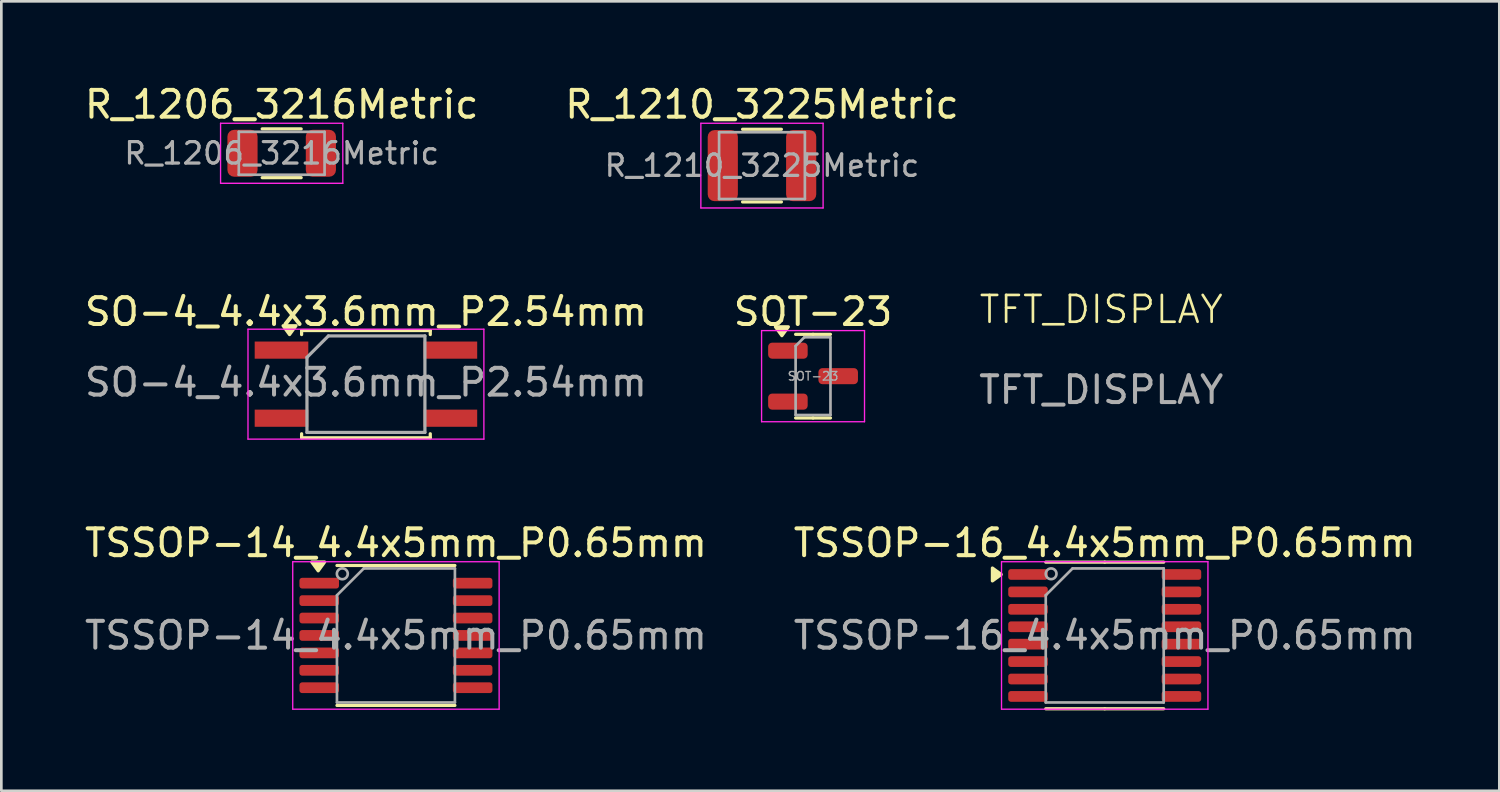
<source format=kicad_pcb>
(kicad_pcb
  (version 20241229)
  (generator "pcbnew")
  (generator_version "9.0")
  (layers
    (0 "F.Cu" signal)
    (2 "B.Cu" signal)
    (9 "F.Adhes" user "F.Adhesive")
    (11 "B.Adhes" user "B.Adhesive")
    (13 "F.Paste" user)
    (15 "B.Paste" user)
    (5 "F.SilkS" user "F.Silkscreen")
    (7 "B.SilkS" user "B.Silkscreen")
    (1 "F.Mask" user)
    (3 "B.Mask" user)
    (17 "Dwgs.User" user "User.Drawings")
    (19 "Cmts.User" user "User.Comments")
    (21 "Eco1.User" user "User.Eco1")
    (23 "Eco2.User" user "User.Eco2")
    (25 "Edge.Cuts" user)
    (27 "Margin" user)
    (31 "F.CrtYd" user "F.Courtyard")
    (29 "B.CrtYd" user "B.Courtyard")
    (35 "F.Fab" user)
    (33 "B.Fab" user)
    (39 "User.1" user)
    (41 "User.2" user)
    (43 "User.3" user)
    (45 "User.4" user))
  (footprint "SOT-23"
    (layer "F.Cu")
    (at 27.28 10.982)
    (property "Reference" "SOT-23" (at 0 -2.4 0) (layer "F.SilkS") (effects (font (size 1 1) (thickness 0.15))))
    (attr smd)
    (fp_line (start 0 -1.56) (end -0.65 -1.56) (stroke (width 0.12) (type solid)) (layer "F.SilkS"))
    (fp_line (start 0 -1.56) (end 0.65 -1.56) (stroke (width 0.12) (type solid)) (layer "F.SilkS"))
    (fp_line (start 0 1.56) (end -0.65 1.56) (stroke (width 0.12) (type solid)) (layer "F.SilkS"))
    (fp_line (start 0 1.56) (end 0.65 1.56) (stroke (width 0.12) (type solid)) (layer "F.SilkS"))
    (fp_poly (pts (xy -1.163 -1.51) (xy -1.403 -1.84) (xy -0.922 -1.84) (xy -1.163 -1.51)) (stroke (width 0.12) (type solid)) (fill yes) (layer "F.SilkS"))
    (fp_line (start -1.92 -1.7) (end -1.92 1.7) (stroke (width 0.05) (type solid)) (layer "F.CrtYd"))
    (fp_line (start -1.92 1.7) (end 1.92 1.7) (stroke (width 0.05) (type solid)) (layer "F.CrtYd"))
    (fp_line (start 1.92 -1.7) (end -1.92 -1.7) (stroke (width 0.05) (type solid)) (layer "F.CrtYd"))
    (fp_line (start 1.92 1.7) (end 1.92 -1.7) (stroke (width 0.05) (type solid)) (layer "F.CrtYd"))
    (fp_line (start -0.65 -1.125) (end -0.325 -1.45) (stroke (width 0.1) (type solid)) (layer "F.Fab"))
    (fp_line (start -0.65 1.45) (end -0.65 -1.125) (stroke (width 0.1) (type solid)) (layer "F.Fab"))
    (fp_line (start -0.325 -1.45) (end 0.65 -1.45) (stroke (width 0.1) (type solid)) (layer "F.Fab"))
    (fp_line (start 0.65 -1.45) (end 0.65 1.45) (stroke (width 0.1) (type solid)) (layer "F.Fab"))
    (fp_line (start 0.65 1.45) (end -0.65 1.45) (stroke (width 0.1) (type solid)) (layer "F.Fab"))
    (fp_text user "${REFERENCE}" (at 0 0 0) (layer "F.Fab") (effects (font (size 0.32 0.32) (thickness 0.05))))
    (pad "1" smd roundrect (at -0.938 -0.95) (size 1.475 0.6) (layers "F.Cu" "F.Mask" "F.Paste") (roundrect_rratio 0.25))
    (pad "2" smd roundrect (at -0.938 0.95) (size 1.475 0.6) (layers "F.Cu" "F.Mask" "F.Paste") (roundrect_rratio 0.25))
    (pad "3" smd roundrect (at 0.938 0) (size 1.475 0.6) (layers "F.Cu" "F.Mask" "F.Paste") (roundrect_rratio 0.25)))
  (footprint "TFT_DISPLAY"
    (layer "F.Cu")
    (at 38.03 8.994)
    (property "Reference" "TFT_DISPLAY" (at 0 -0.5 0) (unlocked yes) (layer "F.SilkS") (effects (font (size 1 1) (thickness 0.1))))
    (attr smd)
    (fp_text user "${REFERENCE}" (at 0 2.5 0) (unlocked yes) (layer "F.Fab") (effects (font (size 1 1) (thickness 0.15)))))
  (footprint "TSSOP-16_4.4x5mm_P0.65mm"
    (layer "F.Cu")
    (at 38.161 20.655)
    (property "Reference" "TSSOP-16_4.4x5mm_P0.65mm" (at 0 -3.45 0) (layer "F.SilkS") (effects (font (size 1 1) (thickness 0.15))))
    (attr smd)
    (fp_line (start 0 -2.735) (end -2.2 -2.735) (stroke (width 0.12) (type solid)) (layer "F.SilkS"))
    (fp_line (start 0 -2.735) (end 2.2 -2.735) (stroke (width 0.12) (type solid)) (layer "F.SilkS"))
    (fp_line (start 0 2.735) (end -2.2 2.735) (stroke (width 0.12) (type solid)) (layer "F.SilkS"))
    (fp_line (start 0 2.735) (end 2.2 2.735) (stroke (width 0.12) (type solid)) (layer "F.SilkS"))
    (fp_poly (pts (xy -3.86 -2.275) (xy -4.19 -2.515) (xy -4.19 -2.035) (xy -3.86 -2.275)) (stroke (width 0.12) (type solid)) (fill yes) (layer "F.SilkS"))
    (fp_line (start -3.85 -2.75) (end -3.85 2.75) (stroke (width 0.05) (type solid)) (layer "F.CrtYd"))
    (fp_line (start -3.85 2.75) (end 3.85 2.75) (stroke (width 0.05) (type solid)) (layer "F.CrtYd"))
    (fp_line (start 3.85 -2.75) (end -3.85 -2.75) (stroke (width 0.05) (type solid)) (layer "F.CrtYd"))
    (fp_line (start 3.85 2.75) (end 3.85 -2.75) (stroke (width 0.05) (type solid)) (layer "F.CrtYd"))
    (fp_line (start -2.2 -1.5) (end -1.2 -2.5) (stroke (width 0.1) (type solid)) (layer "F.Fab"))
    (fp_line (start -2.2 2.5) (end -2.2 -1.5) (stroke (width 0.1) (type solid)) (layer "F.Fab"))
    (fp_line (start -1.2 -2.5) (end 2.2 -2.5) (stroke (width 0.1) (type solid)) (layer "F.Fab"))
    (fp_line (start 2.2 -2.5) (end 2.2 2.5) (stroke (width 0.1) (type solid)) (layer "F.Fab"))
    (fp_line (start 2.2 2.5) (end -2.2 2.5) (stroke (width 0.1) (type solid)) (layer "F.Fab"))
    (fp_circle (center -2 -2.3) (end -1.8 -2.3) (stroke (width 0.1) (type solid)) (fill no) (layer "F.Fab"))
    (fp_text user "${REFERENCE}" (at 0 0 0) (layer "F.Fab") (effects (font (size 1 1) (thickness 0.15))))
    (pad "1" smd roundrect (at -2.862 -2.275) (size 1.475 0.4) (layers "F.Cu" "F.Mask" "F.Paste") (roundrect_rratio 0.25))
    (pad "2" smd roundrect (at -2.862 -1.625) (size 1.475 0.4) (layers "F.Cu" "F.Mask" "F.Paste") (roundrect_rratio 0.25))
    (pad "3" smd roundrect (at -2.862 -0.975) (size 1.475 0.4) (layers "F.Cu" "F.Mask" "F.Paste") (roundrect_rratio 0.25))
    (pad "4" smd roundrect (at -2.862 -0.325) (size 1.475 0.4) (layers "F.Cu" "F.Mask" "F.Paste") (roundrect_rratio 0.25))
    (pad "5" smd roundrect (at -2.862 0.325) (size 1.475 0.4) (layers "F.Cu" "F.Mask" "F.Paste") (roundrect_rratio 0.25))
    (pad "6" smd roundrect (at -2.862 0.975) (size 1.475 0.4) (layers "F.Cu" "F.Mask" "F.Paste") (roundrect_rratio 0.25))
    (pad "7" smd roundrect (at -2.862 1.625) (size 1.475 0.4) (layers "F.Cu" "F.Mask" "F.Paste") (roundrect_rratio 0.25))
    (pad "8" smd roundrect (at -2.862 2.275) (size 1.475 0.4) (layers "F.Cu" "F.Mask" "F.Paste") (roundrect_rratio 0.25))
    (pad "9" smd roundrect (at 2.862 2.275) (size 1.475 0.4) (layers "F.Cu" "F.Mask" "F.Paste") (roundrect_rratio 0.25))
    (pad "10" smd roundrect (at 2.862 1.625) (size 1.475 0.4) (layers "F.Cu" "F.Mask" "F.Paste") (roundrect_rratio 0.25))
    (pad "11" smd roundrect (at 2.862 0.975) (size 1.475 0.4) (layers "F.Cu" "F.Mask" "F.Paste") (roundrect_rratio 0.25))
    (pad "12" smd roundrect (at 2.862 0.325) (size 1.475 0.4) (layers "F.Cu" "F.Mask" "F.Paste") (roundrect_rratio 0.25))
    (pad "13" smd roundrect (at 2.862 -0.325) (size 1.475 0.4) (layers "F.Cu" "F.Mask" "F.Paste") (roundrect_rratio 0.25))
    (pad "14" smd roundrect (at 2.862 -0.975) (size 1.475 0.4) (layers "F.Cu" "F.Mask" "F.Paste") (roundrect_rratio 0.25))
    (pad "15" smd roundrect (at 2.862 -1.625) (size 1.475 0.4) (layers "F.Cu" "F.Mask" "F.Paste") (roundrect_rratio 0.25))
    (pad "16" smd roundrect (at 2.862 -2.275) (size 1.475 0.4) (layers "F.Cu" "F.Mask" "F.Paste") (roundrect_rratio 0.25)))
  (footprint "SO-4_4.4x3.6mm_P2.54mm"
    (layer "F.Cu")
    (at 10.601 11.281)
    (property "Reference" "SO-4_4.4x3.6mm_P2.54mm" (at 0 -2.7 0) (layer "F.SilkS") (effects (font (size 1 1) (thickness 0.15))))
    (attr smd)
    (fp_line (start -2.4 -2) (end 2.4 -2) (stroke (width 0.12) (type solid)) (layer "F.SilkS"))
    (fp_line (start -2.4 -1.85) (end -2.4 -2) (stroke (width 0.12) (type solid)) (layer "F.SilkS"))
    (fp_line (start -2.4 2) (end -2.4 1.85) (stroke (width 0.12) (type solid)) (layer "F.SilkS"))
    (fp_line (start 2.4 -2) (end 2.4 -1.85) (stroke (width 0.12) (type solid)) (layer "F.SilkS"))
    (fp_line (start 2.4 1.85) (end 2.4 2) (stroke (width 0.12) (type solid)) (layer "F.SilkS"))
    (fp_line (start 2.4 2) (end -2.4 2) (stroke (width 0.12) (type solid)) (layer "F.SilkS"))
    (fp_poly (pts (xy -2.85 -1.85) (xy -3.09 -2.18) (xy -2.61 -2.18) (xy -2.85 -1.85)) (stroke (width 0.12) (type solid)) (fill yes) (layer "F.SilkS"))
    (fp_line (start -4.4 -2.05) (end -4.4 2.05) (stroke (width 0.05) (type solid)) (layer "F.CrtYd"))
    (fp_line (start -4.4 -2.05) (end 4.4 -2.05) (stroke (width 0.05) (type solid)) (layer "F.CrtYd"))
    (fp_line (start 4.4 2.05) (end -4.4 2.05) (stroke (width 0.05) (type solid)) (layer "F.CrtYd"))
    (fp_line (start 4.4 2.05) (end 4.4 -2.05) (stroke (width 0.05) (type solid)) (layer "F.CrtYd"))
    (fp_line (start -2.2 -1) (end -1.4 -1.8) (stroke (width 0.12) (type solid)) (layer "F.Fab"))
    (fp_line (start -2.2 1.8) (end -2.2 -1) (stroke (width 0.12) (type solid)) (layer "F.Fab"))
    (fp_line (start -1.4 -1.8) (end 2.2 -1.8) (stroke (width 0.12) (type solid)) (layer "F.Fab"))
    (fp_line (start 2.2 -1.8) (end 2.2 1.8) (stroke (width 0.12) (type solid)) (layer "F.Fab"))
    (fp_line (start 2.2 1.8) (end -2.2 1.8) (stroke (width 0.12) (type solid)) (layer "F.Fab"))
    (fp_text user "${REFERENCE}" (at 0 -0.065 0) (layer "F.Fab") (effects (font (size 1 1) (thickness 0.15))))
    (pad "1" smd rect (at -3.15 -1.27) (size 2 0.64) (layers "F.Cu" "F.Mask" "F.Paste"))
    (pad "2" smd rect (at -3.15 1.27) (size 2 0.64) (layers "F.Cu" "F.Mask" "F.Paste"))
    (pad "3" smd rect (at 3.15 1.27) (size 2 0.64) (layers "F.Cu" "F.Mask" "F.Paste"))
    (pad "4" smd rect (at 3.15 -1.27) (size 2 0.64) (layers "F.Cu" "F.Mask" "F.Paste")))
  (footprint "R_1210_3225Metric"
    (layer "F.Cu")
    (at 25.375 3.128)
    (property "Reference" "R_1210_3225Metric" (at 0 -2.28 0) (layer "F.SilkS") (effects (font (size 1 1) (thickness 0.15))))
    (attr smd)
    (fp_line (start -0.724 -1.355) (end 0.724 -1.355) (stroke (width 0.12) (type solid)) (layer "F.SilkS"))
    (fp_line (start -0.724 1.355) (end 0.724 1.355) (stroke (width 0.12) (type solid)) (layer "F.SilkS"))
    (fp_line (start -2.28 -1.58) (end 2.28 -1.58) (stroke (width 0.05) (type solid)) (layer "F.CrtYd"))
    (fp_line (start -2.28 1.58) (end -2.28 -1.58) (stroke (width 0.05) (type solid)) (layer "F.CrtYd"))
    (fp_line (start 2.28 -1.58) (end 2.28 1.58) (stroke (width 0.05) (type solid)) (layer "F.CrtYd"))
    (fp_line (start 2.28 1.58) (end -2.28 1.58) (stroke (width 0.05) (type solid)) (layer "F.CrtYd"))
    (fp_line (start -1.6 -1.245) (end 1.6 -1.245) (stroke (width 0.1) (type solid)) (layer "F.Fab"))
    (fp_line (start -1.6 1.245) (end -1.6 -1.245) (stroke (width 0.1) (type solid)) (layer "F.Fab"))
    (fp_line (start 1.6 -1.245) (end 1.6 1.245) (stroke (width 0.1) (type solid)) (layer "F.Fab"))
    (fp_line (start 1.6 1.245) (end -1.6 1.245) (stroke (width 0.1) (type solid)) (layer "F.Fab"))
    (fp_text user "${REFERENCE}" (at 0 0 0) (layer "F.Fab") (effects (font (size 0.8 0.8) (thickness 0.12))))
    (pad "1" smd roundrect (at -1.462 0) (size 1.125 2.65) (layers "F.Cu" "F.Mask" "F.Paste") (roundrect_rratio 0.222))
    (pad "2" smd roundrect (at 1.462 0) (size 1.125 2.65) (layers "F.Cu" "F.Mask" "F.Paste") (roundrect_rratio 0.222)))
  (footprint "R_1206_3216Metric"
    (layer "F.Cu")
    (at 7.458 2.668)
    (property "Reference" "R_1206_3216Metric" (at 0 -1.82 0) (layer "F.SilkS") (effects (font (size 1 1) (thickness 0.15))))
    (attr smd)
    (fp_line (start -0.727 -0.91) (end 0.727 -0.91) (stroke (width 0.12) (type solid)) (layer "F.SilkS"))
    (fp_line (start -0.727 0.91) (end 0.727 0.91) (stroke (width 0.12) (type solid)) (layer "F.SilkS"))
    (fp_line (start -2.28 -1.12) (end 2.28 -1.12) (stroke (width 0.05) (type solid)) (layer "F.CrtYd"))
    (fp_line (start -2.28 1.12) (end -2.28 -1.12) (stroke (width 0.05) (type solid)) (layer "F.CrtYd"))
    (fp_line (start 2.28 -1.12) (end 2.28 1.12) (stroke (width 0.05) (type solid)) (layer "F.CrtYd"))
    (fp_line (start 2.28 1.12) (end -2.28 1.12) (stroke (width 0.05) (type solid)) (layer "F.CrtYd"))
    (fp_line (start -1.6 -0.8) (end 1.6 -0.8) (stroke (width 0.1) (type solid)) (layer "F.Fab"))
    (fp_line (start -1.6 0.8) (end -1.6 -0.8) (stroke (width 0.1) (type solid)) (layer "F.Fab"))
    (fp_line (start 1.6 -0.8) (end 1.6 0.8) (stroke (width 0.1) (type solid)) (layer "F.Fab"))
    (fp_line (start 1.6 0.8) (end -1.6 0.8) (stroke (width 0.1) (type solid)) (layer "F.Fab"))
    (fp_text user "${REFERENCE}" (at 0 0 0) (layer "F.Fab") (effects (font (size 0.8 0.8) (thickness 0.12))))
    (pad "1" smd roundrect (at -1.462 0) (size 1.125 1.75) (layers "F.Cu" "F.Mask" "F.Paste") (roundrect_rratio 0.222))
    (pad "2" smd roundrect (at 1.462 0) (size 1.125 1.75) (layers "F.Cu" "F.Mask" "F.Paste") (roundrect_rratio 0.222)))
  (footprint "TSSOP-14_4.4x5mm_P0.65mm"
    (layer "F.Cu")
    (at 11.72 20.655)
    (property "Reference" "TSSOP-14_4.4x5mm_P0.65mm" (at 0 -3.45 0) (layer "F.SilkS") (effects (font (size 1 1) (thickness 0.15))))
    (attr smd)
    (fp_line (start 0 -2.61) (end -2.2 -2.61) (stroke (width 0.12) (type solid)) (layer "F.SilkS"))
    (fp_line (start 0 -2.61) (end 2.2 -2.61) (stroke (width 0.12) (type solid)) (layer "F.SilkS"))
    (fp_line (start 0 2.61) (end -2.2 2.61) (stroke (width 0.12) (type solid)) (layer "F.SilkS"))
    (fp_line (start 0 2.61) (end 2.2 2.61) (stroke (width 0.12) (type solid)) (layer "F.SilkS"))
    (fp_poly (pts (xy -2.9 -2.41) (xy -3.14 -2.74) (xy -2.66 -2.74) (xy -2.9 -2.41)) (stroke (width 0.12) (type solid)) (fill yes) (layer "F.SilkS"))
    (fp_line (start -3.85 -2.75) (end -3.85 2.75) (stroke (width 0.05) (type solid)) (layer "F.CrtYd"))
    (fp_line (start -3.85 2.75) (end 3.85 2.75) (stroke (width 0.05) (type solid)) (layer "F.CrtYd"))
    (fp_line (start 3.85 -2.75) (end -3.85 -2.75) (stroke (width 0.05) (type solid)) (layer "F.CrtYd"))
    (fp_line (start 3.85 2.75) (end 3.85 -2.75) (stroke (width 0.05) (type solid)) (layer "F.CrtYd"))
    (fp_line (start -2.2 -1.5) (end -1.2 -2.5) (stroke (width 0.1) (type solid)) (layer "F.Fab"))
    (fp_line (start -2.2 2.5) (end -2.2 -1.5) (stroke (width 0.1) (type solid)) (layer "F.Fab"))
    (fp_line (start -1.2 -2.5) (end 2.2 -2.5) (stroke (width 0.1) (type solid)) (layer "F.Fab"))
    (fp_line (start 2.2 -2.5) (end 2.2 2.5) (stroke (width 0.1) (type solid)) (layer "F.Fab"))
    (fp_line (start 2.2 2.5) (end -2.2 2.5) (stroke (width 0.1) (type solid)) (layer "F.Fab"))
    (fp_circle (center -2 -2.3) (end -1.797 -2.3) (stroke (width 0.1) (type solid)) (fill no) (layer "F.Fab"))
    (fp_text user "${REFERENCE}" (at 0 0 0) (layer "F.Fab") (effects (font (size 1 1) (thickness 0.15))))
    (pad "1" smd roundrect (at -2.862 -1.95) (size 1.475 0.4) (layers "F.Cu" "F.Mask" "F.Paste") (roundrect_rratio 0.25))
    (pad "2" smd roundrect (at -2.862 -1.3) (size 1.475 0.4) (layers "F.Cu" "F.Mask" "F.Paste") (roundrect_rratio 0.25))
    (pad "3" smd roundrect (at -2.862 -0.65) (size 1.475 0.4) (layers "F.Cu" "F.Mask" "F.Paste") (roundrect_rratio 0.25))
    (pad "4" smd roundrect (at -2.862 0) (size 1.475 0.4) (layers "F.Cu" "F.Mask" "F.Paste") (roundrect_rratio 0.25))
    (pad "5" smd roundrect (at -2.862 0.65) (size 1.475 0.4) (layers "F.Cu" "F.Mask" "F.Paste") (roundrect_rratio 0.25))
    (pad "6" smd roundrect (at -2.862 1.3) (size 1.475 0.4) (layers "F.Cu" "F.Mask" "F.Paste") (roundrect_rratio 0.25))
    (pad "7" smd roundrect (at -2.862 1.95) (size 1.475 0.4) (layers "F.Cu" "F.Mask" "F.Paste") (roundrect_rratio 0.25))
    (pad "8" smd roundrect (at 2.862 1.95) (size 1.475 0.4) (layers "F.Cu" "F.Mask" "F.Paste") (roundrect_rratio 0.25))
    (pad "9" smd roundrect (at 2.862 1.3) (size 1.475 0.4) (layers "F.Cu" "F.Mask" "F.Paste") (roundrect_rratio 0.25))
    (pad "10" smd roundrect (at 2.862 0.65) (size 1.475 0.4) (layers "F.Cu" "F.Mask" "F.Paste") (roundrect_rratio 0.25))
    (pad "11" smd roundrect (at 2.862 0) (size 1.475 0.4) (layers "F.Cu" "F.Mask" "F.Paste") (roundrect_rratio 0.25))
    (pad "12" smd roundrect (at 2.862 -0.65) (size 1.475 0.4) (layers "F.Cu" "F.Mask" "F.Paste") (roundrect_rratio 0.25))
    (pad "13" smd roundrect (at 2.862 -1.3) (size 1.475 0.4) (layers "F.Cu" "F.Mask" "F.Paste") (roundrect_rratio 0.25))
    (pad "14" smd roundrect (at 2.862 -1.95) (size 1.475 0.4) (layers "F.Cu" "F.Mask" "F.Paste") (roundrect_rratio 0.25)))
  (gr_rect
    (start -3 -3)
    (end 52.881 26.45)
    (stroke (width 0.1) (type default))
    (fill no)
    (layer "Edge.Cuts")))
</source>
